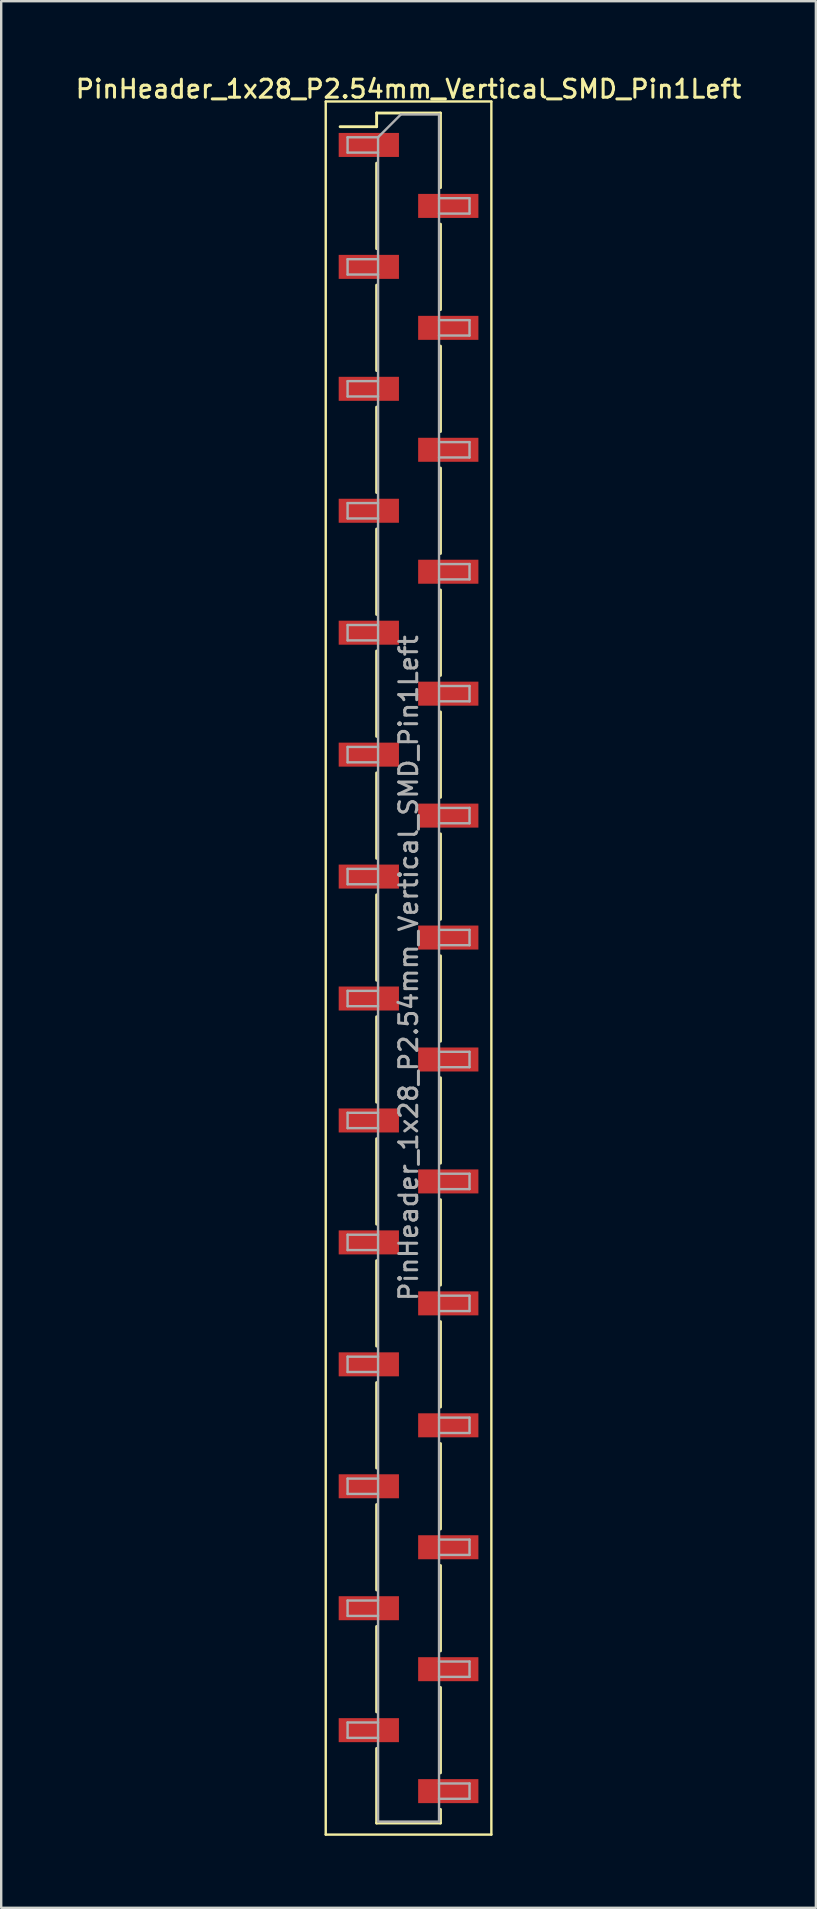
<source format=kicad_pcb>
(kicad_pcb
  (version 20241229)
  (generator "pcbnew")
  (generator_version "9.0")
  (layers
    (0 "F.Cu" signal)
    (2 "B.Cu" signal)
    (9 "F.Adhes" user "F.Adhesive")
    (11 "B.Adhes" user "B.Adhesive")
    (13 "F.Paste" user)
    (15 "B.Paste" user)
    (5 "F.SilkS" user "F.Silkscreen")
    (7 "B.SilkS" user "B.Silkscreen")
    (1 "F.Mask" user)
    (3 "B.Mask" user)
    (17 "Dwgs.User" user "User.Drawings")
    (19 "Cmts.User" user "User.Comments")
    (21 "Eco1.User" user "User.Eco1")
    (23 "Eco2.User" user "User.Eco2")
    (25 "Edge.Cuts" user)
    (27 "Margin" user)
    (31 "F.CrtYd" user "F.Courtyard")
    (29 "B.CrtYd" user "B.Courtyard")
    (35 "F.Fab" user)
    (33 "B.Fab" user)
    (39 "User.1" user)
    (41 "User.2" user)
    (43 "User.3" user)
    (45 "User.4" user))
  (footprint "PinHeader_1x28_P2.54mm_Vertical_SMD_Pin1Left"
    (layer "F.Cu")
    (at 13.97 37.278)
    (property "Reference" "PinHeader_1x28_P2.54mm_Vertical_SMD_Pin1Left" (at 0 -36.62 0) (layer "F.SilkS") (effects (font (size 0.75 0.75) (thickness 0.125))))
    (attr smd)
    (fp_line (start -3.45 -36.1) (end -3.45 36.1) (stroke (width 0.1) (type solid)) (layer "F.SilkS"))
    (fp_line (start -3.45 36.1) (end 3.45 36.1) (stroke (width 0.1) (type solid)) (layer "F.SilkS"))
    (fp_line (start -1.33 -35.62) (end -1.33 -35.05) (stroke (width 0.12) (type solid)) (layer "F.SilkS"))
    (fp_line (start -1.33 -35.62) (end 1.33 -35.62) (stroke (width 0.12) (type solid)) (layer "F.SilkS"))
    (fp_line (start -1.33 -35.05) (end -2.85 -35.05) (stroke (width 0.12) (type solid)) (layer "F.SilkS"))
    (fp_line (start -1.33 -33.53) (end -1.33 -29.97) (stroke (width 0.12) (type solid)) (layer "F.SilkS"))
    (fp_line (start -1.33 -28.45) (end -1.33 -24.89) (stroke (width 0.12) (type solid)) (layer "F.SilkS"))
    (fp_line (start -1.33 -23.37) (end -1.33 -19.81) (stroke (width 0.12) (type solid)) (layer "F.SilkS"))
    (fp_line (start -1.33 -18.29) (end -1.33 -14.73) (stroke (width 0.12) (type solid)) (layer "F.SilkS"))
    (fp_line (start -1.33 -13.21) (end -1.33 -9.65) (stroke (width 0.12) (type solid)) (layer "F.SilkS"))
    (fp_line (start -1.33 -8.13) (end -1.33 -4.57) (stroke (width 0.12) (type solid)) (layer "F.SilkS"))
    (fp_line (start -1.33 -3.05) (end -1.33 0.51) (stroke (width 0.12) (type solid)) (layer "F.SilkS"))
    (fp_line (start -1.33 2.03) (end -1.33 5.59) (stroke (width 0.12) (type solid)) (layer "F.SilkS"))
    (fp_line (start -1.33 7.11) (end -1.33 10.67) (stroke (width 0.12) (type solid)) (layer "F.SilkS"))
    (fp_line (start -1.33 12.19) (end -1.33 15.75) (stroke (width 0.12) (type solid)) (layer "F.SilkS"))
    (fp_line (start -1.33 17.27) (end -1.33 20.83) (stroke (width 0.12) (type solid)) (layer "F.SilkS"))
    (fp_line (start -1.33 22.35) (end -1.33 25.91) (stroke (width 0.12) (type solid)) (layer "F.SilkS"))
    (fp_line (start -1.33 27.43) (end -1.33 30.99) (stroke (width 0.12) (type solid)) (layer "F.SilkS"))
    (fp_line (start -1.33 32.51) (end -1.33 35.62) (stroke (width 0.12) (type solid)) (layer "F.SilkS"))
    (fp_line (start -1.33 35.62) (end 1.33 35.62) (stroke (width 0.12) (type solid)) (layer "F.SilkS"))
    (fp_line (start 1.33 -35.62) (end 1.33 -32.51) (stroke (width 0.12) (type solid)) (layer "F.SilkS"))
    (fp_line (start 1.33 -30.99) (end 1.33 -27.43) (stroke (width 0.12) (type solid)) (layer "F.SilkS"))
    (fp_line (start 1.33 -25.91) (end 1.33 -22.35) (stroke (width 0.12) (type solid)) (layer "F.SilkS"))
    (fp_line (start 1.33 -20.83) (end 1.33 -17.27) (stroke (width 0.12) (type solid)) (layer "F.SilkS"))
    (fp_line (start 1.33 -15.75) (end 1.33 -12.19) (stroke (width 0.12) (type solid)) (layer "F.SilkS"))
    (fp_line (start 1.33 -10.67) (end 1.33 -7.11) (stroke (width 0.12) (type solid)) (layer "F.SilkS"))
    (fp_line (start 1.33 -5.59) (end 1.33 -2.03) (stroke (width 0.12) (type solid)) (layer "F.SilkS"))
    (fp_line (start 1.33 -0.51) (end 1.33 3.05) (stroke (width 0.12) (type solid)) (layer "F.SilkS"))
    (fp_line (start 1.33 4.57) (end 1.33 8.13) (stroke (width 0.12) (type solid)) (layer "F.SilkS"))
    (fp_line (start 1.33 9.65) (end 1.33 13.21) (stroke (width 0.12) (type solid)) (layer "F.SilkS"))
    (fp_line (start 1.33 14.73) (end 1.33 18.29) (stroke (width 0.12) (type solid)) (layer "F.SilkS"))
    (fp_line (start 1.33 19.81) (end 1.33 23.37) (stroke (width 0.12) (type solid)) (layer "F.SilkS"))
    (fp_line (start 1.33 24.89) (end 1.33 28.45) (stroke (width 0.12) (type solid)) (layer "F.SilkS"))
    (fp_line (start 1.33 29.97) (end 1.33 33.53) (stroke (width 0.12) (type solid)) (layer "F.SilkS"))
    (fp_line (start 1.33 35.05) (end 1.33 35.62) (stroke (width 0.12) (type solid)) (layer "F.SilkS"))
    (fp_line (start 3.45 -36.1) (end -3.45 -36.1) (stroke (width 0.1) (type solid)) (layer "F.SilkS"))
    (fp_line (start 3.45 36.1) (end 3.45 -36.1) (stroke (width 0.1) (type solid)) (layer "F.SilkS"))
    (fp_line (start -2.54 -34.61) (end -2.54 -33.97) (stroke (width 0.1) (type solid)) (layer "F.Fab"))
    (fp_line (start -2.54 -33.97) (end -1.27 -33.97) (stroke (width 0.1) (type solid)) (layer "F.Fab"))
    (fp_line (start -2.54 -29.53) (end -2.54 -28.89) (stroke (width 0.1) (type solid)) (layer "F.Fab"))
    (fp_line (start -2.54 -28.89) (end -1.27 -28.89) (stroke (width 0.1) (type solid)) (layer "F.Fab"))
    (fp_line (start -2.54 -24.45) (end -2.54 -23.81) (stroke (width 0.1) (type solid)) (layer "F.Fab"))
    (fp_line (start -2.54 -23.81) (end -1.27 -23.81) (stroke (width 0.1) (type solid)) (layer "F.Fab"))
    (fp_line (start -2.54 -19.37) (end -2.54 -18.73) (stroke (width 0.1) (type solid)) (layer "F.Fab"))
    (fp_line (start -2.54 -18.73) (end -1.27 -18.73) (stroke (width 0.1) (type solid)) (layer "F.Fab"))
    (fp_line (start -2.54 -14.29) (end -2.54 -13.65) (stroke (width 0.1) (type solid)) (layer "F.Fab"))
    (fp_line (start -2.54 -13.65) (end -1.27 -13.65) (stroke (width 0.1) (type solid)) (layer "F.Fab"))
    (fp_line (start -2.54 -9.21) (end -2.54 -8.57) (stroke (width 0.1) (type solid)) (layer "F.Fab"))
    (fp_line (start -2.54 -8.57) (end -1.27 -8.57) (stroke (width 0.1) (type solid)) (layer "F.Fab"))
    (fp_line (start -2.54 -4.13) (end -2.54 -3.49) (stroke (width 0.1) (type solid)) (layer "F.Fab"))
    (fp_line (start -2.54 -3.49) (end -1.27 -3.49) (stroke (width 0.1) (type solid)) (layer "F.Fab"))
    (fp_line (start -2.54 0.95) (end -2.54 1.59) (stroke (width 0.1) (type solid)) (layer "F.Fab"))
    (fp_line (start -2.54 1.59) (end -1.27 1.59) (stroke (width 0.1) (type solid)) (layer "F.Fab"))
    (fp_line (start -2.54 6.03) (end -2.54 6.67) (stroke (width 0.1) (type solid)) (layer "F.Fab"))
    (fp_line (start -2.54 6.67) (end -1.27 6.67) (stroke (width 0.1) (type solid)) (layer "F.Fab"))
    (fp_line (start -2.54 11.11) (end -2.54 11.75) (stroke (width 0.1) (type solid)) (layer "F.Fab"))
    (fp_line (start -2.54 11.75) (end -1.27 11.75) (stroke (width 0.1) (type solid)) (layer "F.Fab"))
    (fp_line (start -2.54 16.19) (end -2.54 16.83) (stroke (width 0.1) (type solid)) (layer "F.Fab"))
    (fp_line (start -2.54 16.83) (end -1.27 16.83) (stroke (width 0.1) (type solid)) (layer "F.Fab"))
    (fp_line (start -2.54 21.27) (end -2.54 21.91) (stroke (width 0.1) (type solid)) (layer "F.Fab"))
    (fp_line (start -2.54 21.91) (end -1.27 21.91) (stroke (width 0.1) (type solid)) (layer "F.Fab"))
    (fp_line (start -2.54 26.35) (end -2.54 26.99) (stroke (width 0.1) (type solid)) (layer "F.Fab"))
    (fp_line (start -2.54 26.99) (end -1.27 26.99) (stroke (width 0.1) (type solid)) (layer "F.Fab"))
    (fp_line (start -2.54 31.43) (end -2.54 32.07) (stroke (width 0.1) (type solid)) (layer "F.Fab"))
    (fp_line (start -2.54 32.07) (end -1.27 32.07) (stroke (width 0.1) (type solid)) (layer "F.Fab"))
    (fp_line (start -1.27 -34.61) (end -2.54 -34.61) (stroke (width 0.1) (type solid)) (layer "F.Fab"))
    (fp_line (start -1.27 -34.61) (end -0.32 -35.56) (stroke (width 0.1) (type solid)) (layer "F.Fab"))
    (fp_line (start -1.27 -29.53) (end -2.54 -29.53) (stroke (width 0.1) (type solid)) (layer "F.Fab"))
    (fp_line (start -1.27 -24.45) (end -2.54 -24.45) (stroke (width 0.1) (type solid)) (layer "F.Fab"))
    (fp_line (start -1.27 -19.37) (end -2.54 -19.37) (stroke (width 0.1) (type solid)) (layer "F.Fab"))
    (fp_line (start -1.27 -14.29) (end -2.54 -14.29) (stroke (width 0.1) (type solid)) (layer "F.Fab"))
    (fp_line (start -1.27 -9.21) (end -2.54 -9.21) (stroke (width 0.1) (type solid)) (layer "F.Fab"))
    (fp_line (start -1.27 -4.13) (end -2.54 -4.13) (stroke (width 0.1) (type solid)) (layer "F.Fab"))
    (fp_line (start -1.27 0.95) (end -2.54 0.95) (stroke (width 0.1) (type solid)) (layer "F.Fab"))
    (fp_line (start -1.27 6.03) (end -2.54 6.03) (stroke (width 0.1) (type solid)) (layer "F.Fab"))
    (fp_line (start -1.27 11.11) (end -2.54 11.11) (stroke (width 0.1) (type solid)) (layer "F.Fab"))
    (fp_line (start -1.27 16.19) (end -2.54 16.19) (stroke (width 0.1) (type solid)) (layer "F.Fab"))
    (fp_line (start -1.27 21.27) (end -2.54 21.27) (stroke (width 0.1) (type solid)) (layer "F.Fab"))
    (fp_line (start -1.27 26.35) (end -2.54 26.35) (stroke (width 0.1) (type solid)) (layer "F.Fab"))
    (fp_line (start -1.27 31.43) (end -2.54 31.43) (stroke (width 0.1) (type solid)) (layer "F.Fab"))
    (fp_line (start -1.27 35.56) (end -1.27 -34.61) (stroke (width 0.1) (type solid)) (layer "F.Fab"))
    (fp_line (start -0.32 -35.56) (end 1.27 -35.56) (stroke (width 0.1) (type solid)) (layer "F.Fab"))
    (fp_line (start 1.27 -35.56) (end 1.27 35.56) (stroke (width 0.1) (type solid)) (layer "F.Fab"))
    (fp_line (start 1.27 -32.07) (end 2.54 -32.07) (stroke (width 0.1) (type solid)) (layer "F.Fab"))
    (fp_line (start 1.27 -26.99) (end 2.54 -26.99) (stroke (width 0.1) (type solid)) (layer "F.Fab"))
    (fp_line (start 1.27 -21.91) (end 2.54 -21.91) (stroke (width 0.1) (type solid)) (layer "F.Fab"))
    (fp_line (start 1.27 -16.83) (end 2.54 -16.83) (stroke (width 0.1) (type solid)) (layer "F.Fab"))
    (fp_line (start 1.27 -11.75) (end 2.54 -11.75) (stroke (width 0.1) (type solid)) (layer "F.Fab"))
    (fp_line (start 1.27 -6.67) (end 2.54 -6.67) (stroke (width 0.1) (type solid)) (layer "F.Fab"))
    (fp_line (start 1.27 -1.59) (end 2.54 -1.59) (stroke (width 0.1) (type solid)) (layer "F.Fab"))
    (fp_line (start 1.27 3.49) (end 2.54 3.49) (stroke (width 0.1) (type solid)) (layer "F.Fab"))
    (fp_line (start 1.27 8.57) (end 2.54 8.57) (stroke (width 0.1) (type solid)) (layer "F.Fab"))
    (fp_line (start 1.27 13.65) (end 2.54 13.65) (stroke (width 0.1) (type solid)) (layer "F.Fab"))
    (fp_line (start 1.27 18.73) (end 2.54 18.73) (stroke (width 0.1) (type solid)) (layer "F.Fab"))
    (fp_line (start 1.27 23.81) (end 2.54 23.81) (stroke (width 0.1) (type solid)) (layer "F.Fab"))
    (fp_line (start 1.27 28.89) (end 2.54 28.89) (stroke (width 0.1) (type solid)) (layer "F.Fab"))
    (fp_line (start 1.27 33.97) (end 2.54 33.97) (stroke (width 0.1) (type solid)) (layer "F.Fab"))
    (fp_line (start 1.27 35.56) (end -1.27 35.56) (stroke (width 0.1) (type solid)) (layer "F.Fab"))
    (fp_line (start 2.54 -32.07) (end 2.54 -31.43) (stroke (width 0.1) (type solid)) (layer "F.Fab"))
    (fp_line (start 2.54 -31.43) (end 1.27 -31.43) (stroke (width 0.1) (type solid)) (layer "F.Fab"))
    (fp_line (start 2.54 -26.99) (end 2.54 -26.35) (stroke (width 0.1) (type solid)) (layer "F.Fab"))
    (fp_line (start 2.54 -26.35) (end 1.27 -26.35) (stroke (width 0.1) (type solid)) (layer "F.Fab"))
    (fp_line (start 2.54 -21.91) (end 2.54 -21.27) (stroke (width 0.1) (type solid)) (layer "F.Fab"))
    (fp_line (start 2.54 -21.27) (end 1.27 -21.27) (stroke (width 0.1) (type solid)) (layer "F.Fab"))
    (fp_line (start 2.54 -16.83) (end 2.54 -16.19) (stroke (width 0.1) (type solid)) (layer "F.Fab"))
    (fp_line (start 2.54 -16.19) (end 1.27 -16.19) (stroke (width 0.1) (type solid)) (layer "F.Fab"))
    (fp_line (start 2.54 -11.75) (end 2.54 -11.11) (stroke (width 0.1) (type solid)) (layer "F.Fab"))
    (fp_line (start 2.54 -11.11) (end 1.27 -11.11) (stroke (width 0.1) (type solid)) (layer "F.Fab"))
    (fp_line (start 2.54 -6.67) (end 2.54 -6.03) (stroke (width 0.1) (type solid)) (layer "F.Fab"))
    (fp_line (start 2.54 -6.03) (end 1.27 -6.03) (stroke (width 0.1) (type solid)) (layer "F.Fab"))
    (fp_line (start 2.54 -1.59) (end 2.54 -0.95) (stroke (width 0.1) (type solid)) (layer "F.Fab"))
    (fp_line (start 2.54 -0.95) (end 1.27 -0.95) (stroke (width 0.1) (type solid)) (layer "F.Fab"))
    (fp_line (start 2.54 3.49) (end 2.54 4.13) (stroke (width 0.1) (type solid)) (layer "F.Fab"))
    (fp_line (start 2.54 4.13) (end 1.27 4.13) (stroke (width 0.1) (type solid)) (layer "F.Fab"))
    (fp_line (start 2.54 8.57) (end 2.54 9.21) (stroke (width 0.1) (type solid)) (layer "F.Fab"))
    (fp_line (start 2.54 9.21) (end 1.27 9.21) (stroke (width 0.1) (type solid)) (layer "F.Fab"))
    (fp_line (start 2.54 13.65) (end 2.54 14.29) (stroke (width 0.1) (type solid)) (layer "F.Fab"))
    (fp_line (start 2.54 14.29) (end 1.27 14.29) (stroke (width 0.1) (type solid)) (layer "F.Fab"))
    (fp_line (start 2.54 18.73) (end 2.54 19.37) (stroke (width 0.1) (type solid)) (layer "F.Fab"))
    (fp_line (start 2.54 19.37) (end 1.27 19.37) (stroke (width 0.1) (type solid)) (layer "F.Fab"))
    (fp_line (start 2.54 23.81) (end 2.54 24.45) (stroke (width 0.1) (type solid)) (layer "F.Fab"))
    (fp_line (start 2.54 24.45) (end 1.27 24.45) (stroke (width 0.1) (type solid)) (layer "F.Fab"))
    (fp_line (start 2.54 28.89) (end 2.54 29.53) (stroke (width 0.1) (type solid)) (layer "F.Fab"))
    (fp_line (start 2.54 29.53) (end 1.27 29.53) (stroke (width 0.1) (type solid)) (layer "F.Fab"))
    (fp_line (start 2.54 33.97) (end 2.54 34.61) (stroke (width 0.1) (type solid)) (layer "F.Fab"))
    (fp_line (start 2.54 34.61) (end 1.27 34.61) (stroke (width 0.1) (type solid)) (layer "F.Fab"))
    (fp_text user "${REFERENCE}" (at 0 0 90) (layer "F.Fab") (effects (font (size 0.75 0.75) (thickness 0.125))))
    (pad "1" smd rect (at -1.655 -34.29) (size 2.51 1) (layers "F.Cu" "F.Mask" "F.Paste"))
    (pad "2" smd rect (at 1.655 -31.75) (size 2.51 1) (layers "F.Cu" "F.Mask" "F.Paste"))
    (pad "3" smd rect (at -1.655 -29.21) (size 2.51 1) (layers "F.Cu" "F.Mask" "F.Paste"))
    (pad "4" smd rect (at 1.655 -26.67) (size 2.51 1) (layers "F.Cu" "F.Mask" "F.Paste"))
    (pad "5" smd rect (at -1.655 -24.13) (size 2.51 1) (layers "F.Cu" "F.Mask" "F.Paste"))
    (pad "6" smd rect (at 1.655 -21.59) (size 2.51 1) (layers "F.Cu" "F.Mask" "F.Paste"))
    (pad "7" smd rect (at -1.655 -19.05) (size 2.51 1) (layers "F.Cu" "F.Mask" "F.Paste"))
    (pad "8" smd rect (at 1.655 -16.51) (size 2.51 1) (layers "F.Cu" "F.Mask" "F.Paste"))
    (pad "9" smd rect (at -1.655 -13.97) (size 2.51 1) (layers "F.Cu" "F.Mask" "F.Paste"))
    (pad "10" smd rect (at 1.655 -11.43) (size 2.51 1) (layers "F.Cu" "F.Mask" "F.Paste"))
    (pad "11" smd rect (at -1.655 -8.89) (size 2.51 1) (layers "F.Cu" "F.Mask" "F.Paste"))
    (pad "12" smd rect (at 1.655 -6.35) (size 2.51 1) (layers "F.Cu" "F.Mask" "F.Paste"))
    (pad "13" smd rect (at -1.655 -3.81) (size 2.51 1) (layers "F.Cu" "F.Mask" "F.Paste"))
    (pad "14" smd rect (at 1.655 -1.27) (size 2.51 1) (layers "F.Cu" "F.Mask" "F.Paste"))
    (pad "15" smd rect (at -1.655 1.27) (size 2.51 1) (layers "F.Cu" "F.Mask" "F.Paste"))
    (pad "16" smd rect (at 1.655 3.81) (size 2.51 1) (layers "F.Cu" "F.Mask" "F.Paste"))
    (pad "17" smd rect (at -1.655 6.35) (size 2.51 1) (layers "F.Cu" "F.Mask" "F.Paste"))
    (pad "18" smd rect (at 1.655 8.89) (size 2.51 1) (layers "F.Cu" "F.Mask" "F.Paste"))
    (pad "19" smd rect (at -1.655 11.43) (size 2.51 1) (layers "F.Cu" "F.Mask" "F.Paste"))
    (pad "20" smd rect (at 1.655 13.97) (size 2.51 1) (layers "F.Cu" "F.Mask" "F.Paste"))
    (pad "21" smd rect (at -1.655 16.51) (size 2.51 1) (layers "F.Cu" "F.Mask" "F.Paste"))
    (pad "22" smd rect (at 1.655 19.05) (size 2.51 1) (layers "F.Cu" "F.Mask" "F.Paste"))
    (pad "23" smd rect (at -1.655 21.59) (size 2.51 1) (layers "F.Cu" "F.Mask" "F.Paste"))
    (pad "24" smd rect (at 1.655 24.13) (size 2.51 1) (layers "F.Cu" "F.Mask" "F.Paste"))
    (pad "25" smd rect (at -1.655 26.67) (size 2.51 1) (layers "F.Cu" "F.Mask" "F.Paste"))
    (pad "26" smd rect (at 1.655 29.21) (size 2.51 1) (layers "F.Cu" "F.Mask" "F.Paste"))
    (pad "27" smd rect (at -1.655 31.75) (size 2.51 1) (layers "F.Cu" "F.Mask" "F.Paste"))
    (pad "28" smd rect (at 1.655 34.29) (size 2.51 1) (layers "F.Cu" "F.Mask" "F.Paste")))
  (gr_rect
    (start -3 -3)
    (end 30.939 76.428)
    (stroke (width 0.1) (type default))
    (fill no)
    (layer "Edge.Cuts")))
</source>
